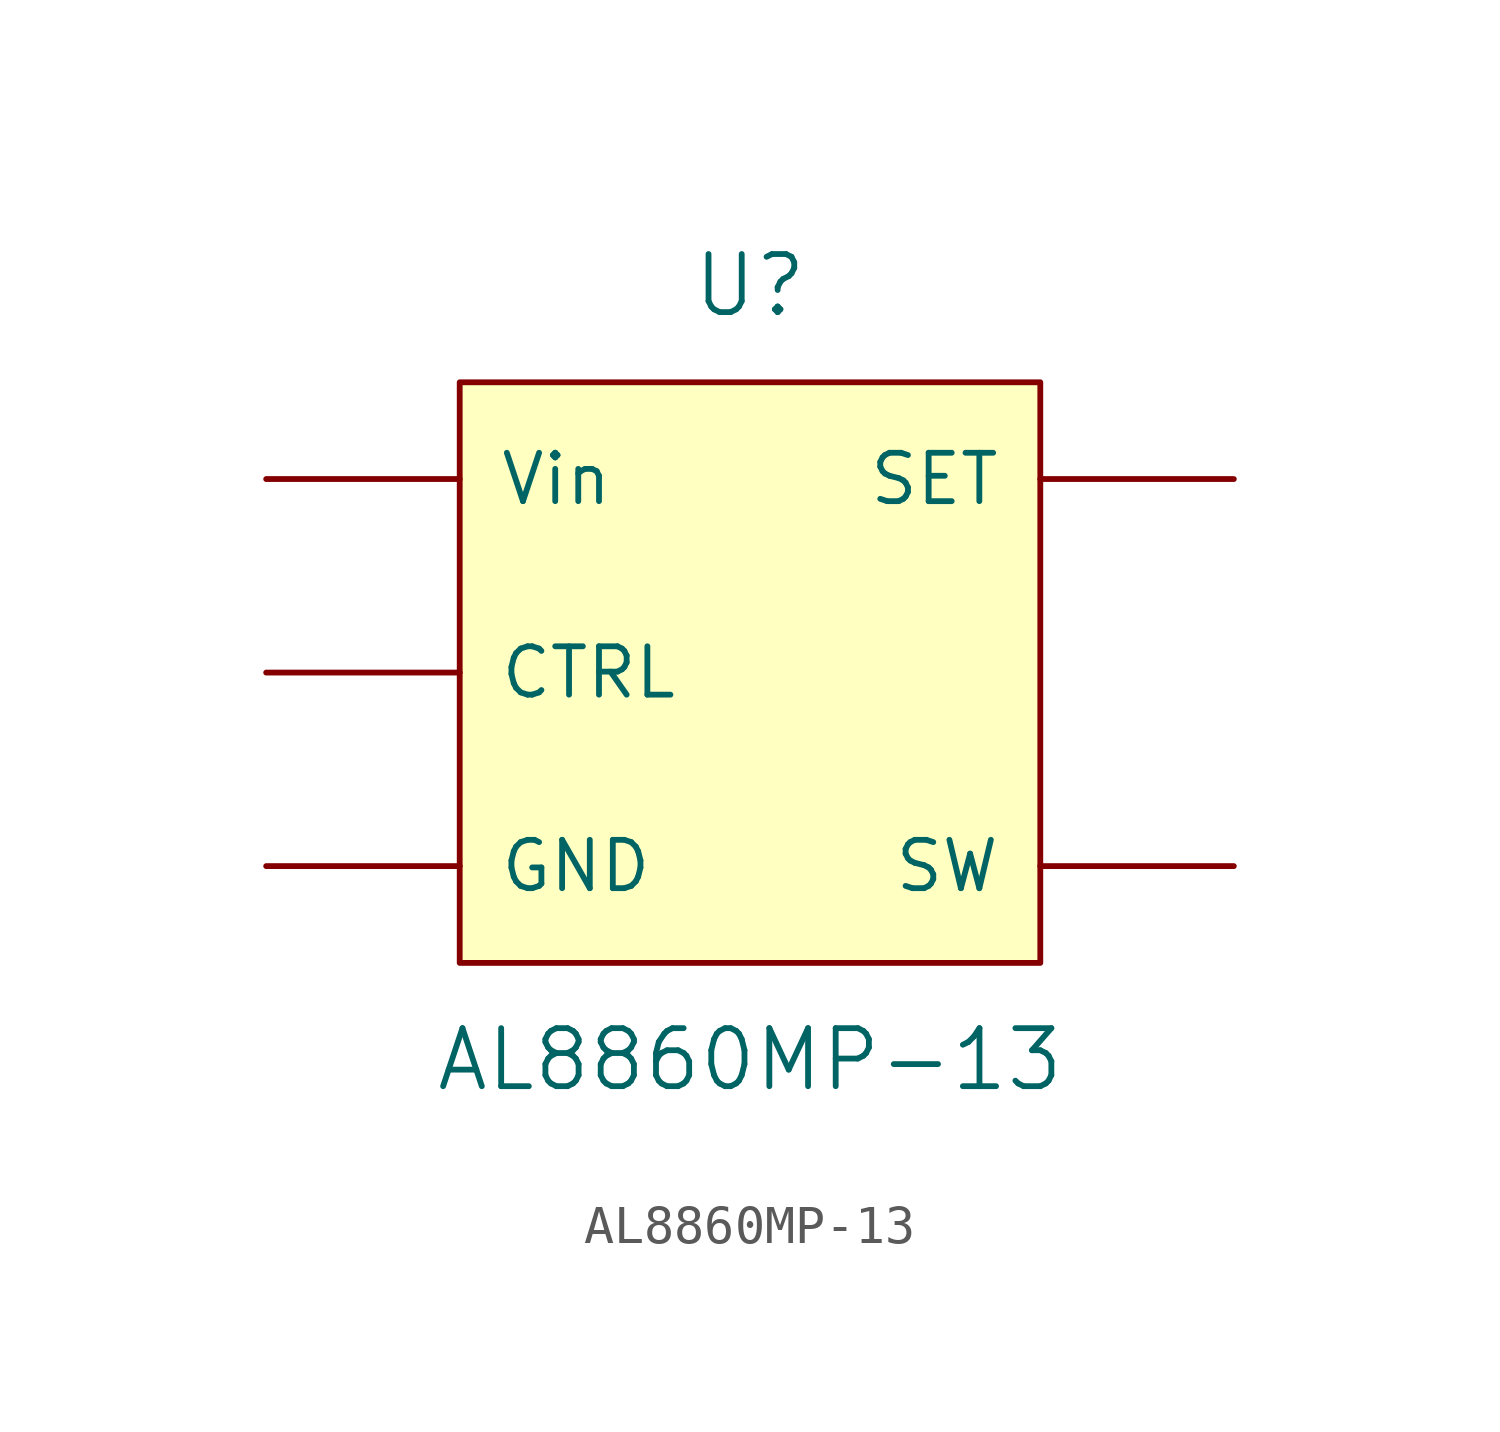
<source format=kicad_sym>
(kicad_symbol_lib
  (version 20220914)
  (generator kicad_symbol_editor)
  (symbol "AL8860MP-13"
    (pin_numbers hide)
    (pin_names
      (offset 1.016))
    (property "Reference" "U"
      (at 0 10.16 0)
      (effects (font (size 1.524 1.524))))
    (property "Value" "AL8860MP-13"
      (at 0 -10.16 0)
      (effects (font (size 1.524 1.524))))
    (symbol "AL8860MP-13_0_1"
      (rectangle (start -7.62 7.62) (end 7.62 -7.62) (stroke (width 0) (type default)) (fill (type background))))
    (symbol "AL8860MP-13_1_1"
      (pin input line (at 12.7 5.08 180) (length 5.08) (name "SET" (effects (font (size 1.27 1.27)))) (number "1" (effects (font (size 1.27 1.27)))))
      (pin input line (at -12.7 -5.08 0) (length 5.08) (name "GND" (effects (font (size 1.27 1.27)))) (number "2" (effects (font (size 1.27 1.27)))))
      (pin input line (at -12.7 -5.08 0) (length 5.08) hide (name "GND" (effects (font (size 1.27 1.27)))) (number "3" (effects (font (size 1.27 1.27)))))
      (pin input line (at -12.7 0 0) (length 5.08) (name "CTRL" (effects (font (size 1.27 1.27)))) (number "4" (effects (font (size 1.27 1.27)))))
      (pin input line (at 12.7 -5.08 180) (length 5.08) (name "SW" (effects (font (size 1.27 1.27)))) (number "5" (effects (font (size 1.27 1.27)))))
      (pin input line (at 12.7 -5.08 180) (length 5.08) hide (name "SW" (effects (font (size 1.27 1.27)))) (number "6" (effects (font (size 1.27 1.27)))))
      (pin input line (at -12.7 5.08 0) (length 5.08) (name "Vin" (effects (font (size 1.27 1.27)))) (number "8" (effects (font (size 1.27 1.27))))))))
</source>
